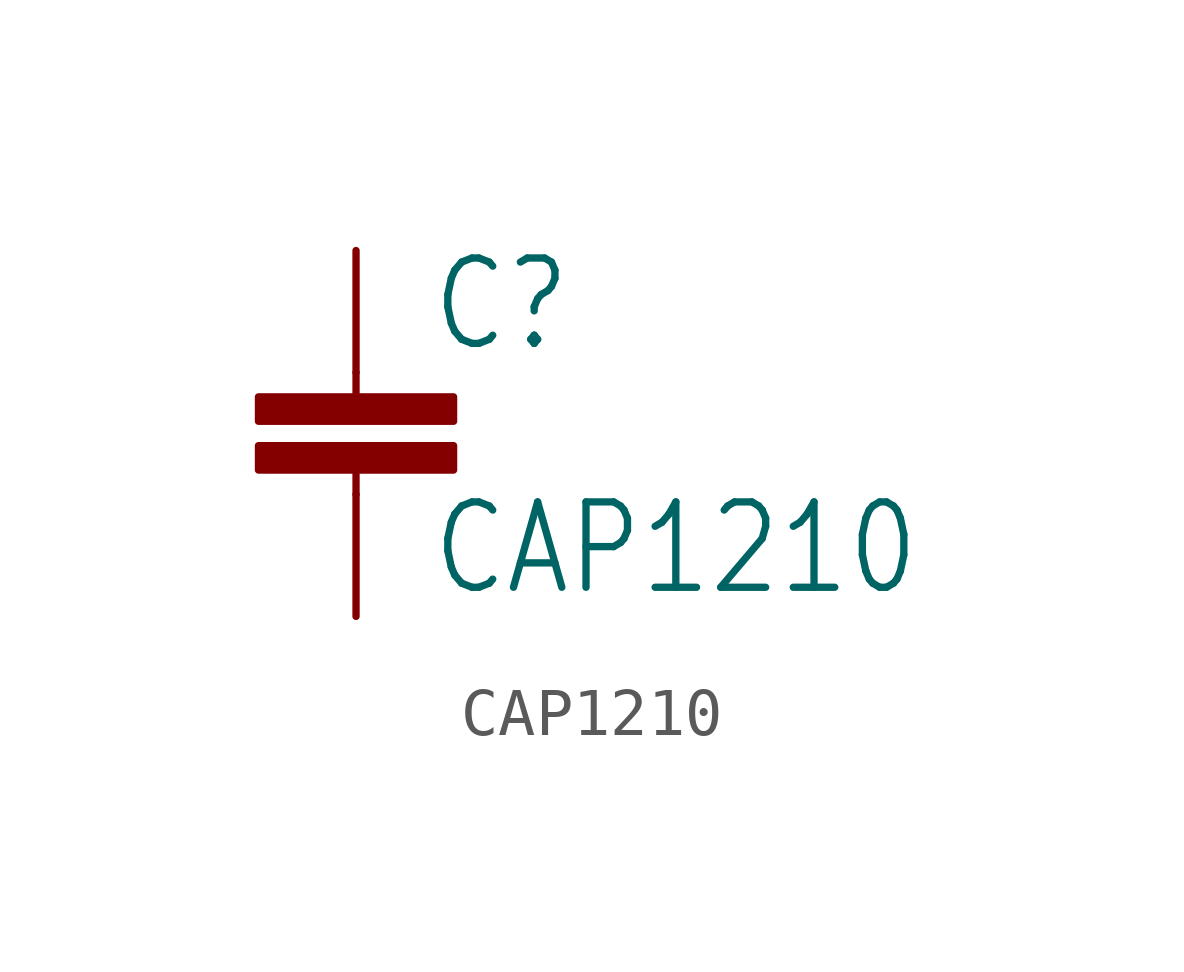
<source format=kicad_sym>
(kicad_symbol_lib
  (version 20220914)
  (generator kicad_symbol_editor)
  (symbol "CAP1210"
    (property "Reference" "C"
      (at 1.524 2.921 0)
      (effects (font (size 1.778 1.511)) (justify left bottom)))
    (property "Value" "CAP1210"
      (at 1.524 -2.159 0)
      (effects (font (size 1.778 1.511)) (justify left bottom)))
    (property "ki_locked" ""
      (at 0 0 0)
      (effects (font (size 1.27 1.27))))
    (symbol "CAP1210_1_0"
      (rectangle (start -2.032 0.508) (end 2.032 1.016) (stroke (width 0) (type default)) (fill (type outline)))
      (rectangle (start -2.032 1.524) (end 2.032 2.032) (stroke (width 0) (type default)) (fill (type outline)))
      (polyline (pts (xy 0 0) (xy 0 0.508)) (stroke (width 0.152) (type default)) (fill (type none)))
      (polyline (pts (xy 0 2.54) (xy 0 2.032)) (stroke (width 0.152) (type default)) (fill (type none)))
      (pin passive line (at 0 5.08 270) (length 2.54) (name "1" (effects (font (size 0 0)))) (number "1" (effects (font (size 0 0)))))
      (pin passive line (at 0 -2.54 90) (length 2.54) (name "2" (effects (font (size 0 0)))) (number "2" (effects (font (size 0 0))))))))
</source>
